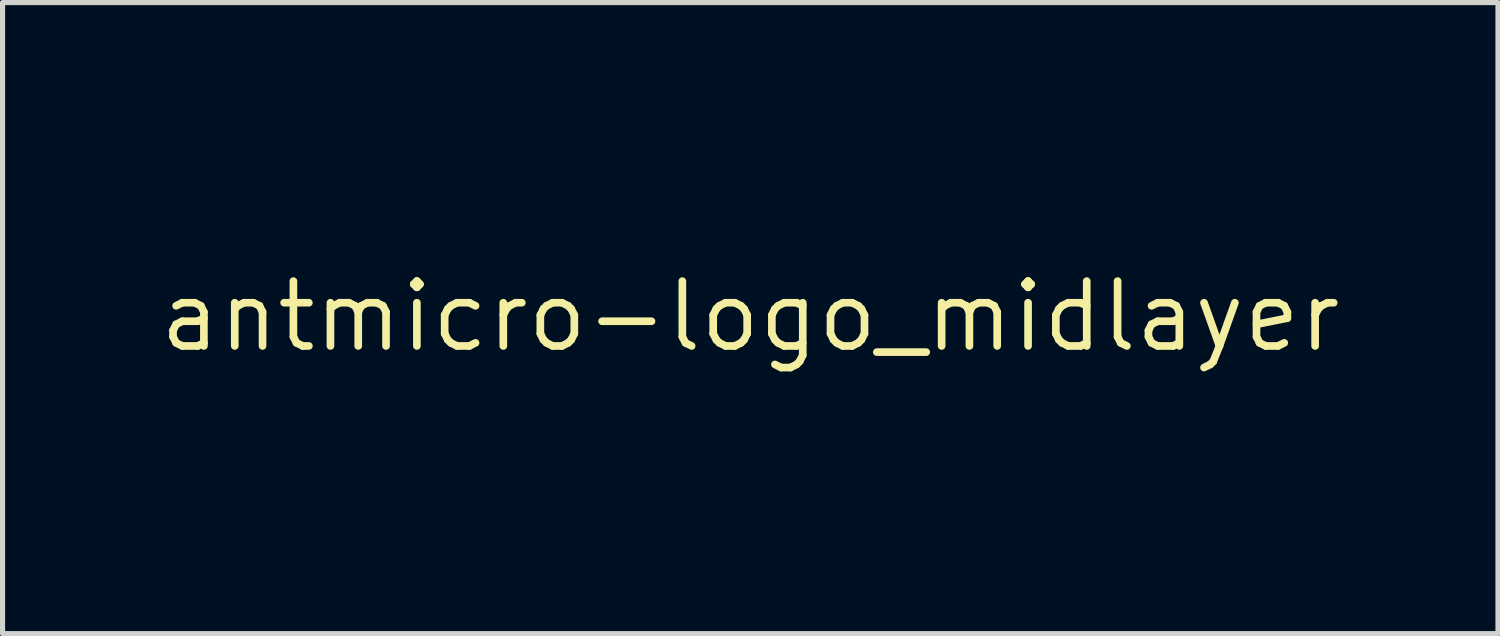
<source format=kicad_pcb>
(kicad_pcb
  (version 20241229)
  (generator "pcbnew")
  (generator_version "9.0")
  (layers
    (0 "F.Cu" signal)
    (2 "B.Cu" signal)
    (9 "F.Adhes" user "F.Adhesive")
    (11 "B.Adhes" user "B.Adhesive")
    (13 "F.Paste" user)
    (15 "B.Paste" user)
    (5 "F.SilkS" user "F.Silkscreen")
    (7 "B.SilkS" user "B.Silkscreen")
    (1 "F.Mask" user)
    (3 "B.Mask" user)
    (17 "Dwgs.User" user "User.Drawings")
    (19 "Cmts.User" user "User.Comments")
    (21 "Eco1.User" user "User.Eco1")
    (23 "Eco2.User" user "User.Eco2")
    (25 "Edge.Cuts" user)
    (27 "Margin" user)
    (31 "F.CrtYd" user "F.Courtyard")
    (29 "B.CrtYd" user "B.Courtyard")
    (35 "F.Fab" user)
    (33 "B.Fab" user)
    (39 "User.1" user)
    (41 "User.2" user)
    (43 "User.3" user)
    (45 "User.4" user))
  (footprint "antmicro-logo_midlayer"
    (layer "F.Cu")
    (at 11.649 3.148)
    (property "Reference" "antmicro-logo_midlayer" (at 0 0 0) (layer "F.SilkS") (effects (font (size 1.27 1.27) (thickness 0.15))))
    (attr through_hole)
    (fp_poly (pts (xy 0.018 -3.146) (xy 0.083 -3.131) (xy 0.084 -3.13) (xy 0.105 -3.12) (xy 0.15 -3.095) (xy 0.218 -3.057) (xy 0.306 -3.007) (xy 0.411 -2.947) (xy 0.532 -2.878) (xy 0.665 -2.802) (xy 0.809 -2.719) (xy 0.961 -2.632) (xy 1.119 -2.542) (xy 1.28 -2.449) (xy 1.441 -2.356) (xy 1.601 -2.264) (xy 1.757 -2.174) (xy 1.907 -2.088) (xy 2.047 -2.007) (xy 2.177 -1.932) (xy 2.293 -1.864) (xy 2.393 -1.806) (xy 2.474 -1.759) (xy 2.534 -1.723) (xy 2.572 -1.7) (xy 2.576 -1.698) (xy 2.643 -1.643) (xy 2.694 -1.577) (xy 2.737 -1.504) (xy 2.741 -0.003) (xy 2.742 0.284) (xy 2.742 0.543) (xy 2.742 0.774) (xy 2.741 0.976) (xy 2.74 1.148) (xy 2.739 1.291) (xy 2.737 1.404) (xy 2.734 1.487) (xy 2.732 1.539) (xy 2.729 1.557) (xy 2.723 1.581) (xy 2.716 1.603) (xy 2.707 1.623) (xy 2.695 1.644) (xy 2.677 1.666) (xy 2.652 1.69) (xy 2.618 1.718) (xy 2.575 1.75) (xy 2.519 1.787) (xy 2.45 1.831) (xy 2.366 1.883) (xy 2.265 1.944) (xy 2.145 2.014) (xy 2.006 2.096) (xy 1.844 2.189) (xy 1.66 2.296) (xy 1.451 2.417) (xy 1.357 2.471) (xy 0.091 3.203) (xy -0.027 3.209) (xy -0.145 3.215) (xy -0.61 2.948) (xy -0.894 2.784) (xy -1.152 2.635) (xy -1.386 2.501) (xy -1.596 2.38) (xy -1.784 2.271) (xy -1.952 2.174) (xy -2.099 2.089) (xy -2.228 2.013) (xy -2.34 1.947) (xy -2.436 1.889) (xy -2.517 1.839) (xy -2.585 1.796) (xy -2.641 1.759) (xy -2.686 1.728) (xy -2.722 1.701) (xy -2.749 1.678) (xy -2.77 1.658) (xy -2.784 1.64) (xy -2.794 1.624) (xy -2.801 1.608) (xy -2.806 1.592) (xy -2.81 1.575) (xy -2.815 1.557) (xy -2.818 1.53) (xy -2.82 1.471) (xy -2.822 1.381) (xy -2.824 1.262) (xy -2.826 1.112) (xy -2.827 0.932) (xy -2.827 0.724) (xy -2.827 0.486) (xy -2.827 0.22) (xy -2.826 0.031) (xy -1.854 0.031) (xy -1.854 0.236) (xy -1.853 0.411) (xy -1.853 0.56) (xy -1.852 0.685) (xy -1.85 0.788) (xy -1.848 0.871) (xy -1.844 0.937) (xy -1.839 0.989) (xy -1.833 1.028) (xy -1.825 1.058) (xy -1.815 1.08) (xy -1.804 1.097) (xy -1.79 1.111) (xy -1.774 1.126) (xy -1.773 1.127) (xy -1.752 1.141) (xy -1.706 1.169) (xy -1.64 1.209) (xy -1.555 1.26) (xy -1.454 1.319) (xy -1.341 1.385) (xy -1.219 1.456) (xy -1.09 1.53) (xy -0.957 1.607) (xy -0.824 1.683) (xy -0.694 1.758) (xy -0.569 1.83) (xy -0.452 1.896) (xy -0.346 1.956) (xy -0.255 2.007) (xy -0.181 2.048) (xy -0.127 2.077) (xy -0.096 2.093) (xy -0.091 2.095) (xy -0.052 2.105) (xy -0.025 2.106) (xy 0.008 2.096) (xy 0.027 2.088) (xy 0.053 2.075) (xy 0.103 2.048) (xy 0.174 2.008) (xy 0.262 1.958) (xy 0.365 1.9) (xy 0.48 1.834) (xy 0.603 1.764) (xy 0.733 1.689) (xy 0.865 1.613) (xy 0.997 1.536) (xy 1.125 1.462) (xy 1.248 1.39) (xy 1.361 1.324) (xy 1.463 1.264) (xy 1.549 1.213) (xy 1.617 1.172) (xy 1.664 1.143) (xy 1.687 1.128) (xy 1.688 1.127) (xy 1.704 1.113) (xy 1.718 1.098) (xy 1.729 1.081) (xy 1.739 1.06) (xy 1.747 1.031) (xy 1.753 0.992) (xy 1.758 0.942) (xy 1.762 0.877) (xy 1.765 0.795) (xy 1.767 0.694) (xy 1.768 0.571) (xy 1.768 0.424) (xy 1.768 0.251) (xy 1.768 0.048) (xy 1.768 0.031) (xy 1.768 -0.175) (xy 1.768 -0.351) (xy 1.768 -0.501) (xy 1.767 -0.626) (xy 1.765 -0.73) (xy 1.762 -0.814) (xy 1.758 -0.881) (xy 1.753 -0.933) (xy 1.746 -0.972) (xy 1.737 -1.002) (xy 1.726 -1.024) (xy 1.713 -1.041) (xy 1.697 -1.055) (xy 1.679 -1.069) (xy 1.672 -1.075) (xy 1.649 -1.09) (xy 1.601 -1.119) (xy 1.531 -1.16) (xy 1.441 -1.213) (xy 1.335 -1.275) (xy 1.215 -1.345) (xy 1.082 -1.422) (xy 0.941 -1.504) (xy 0.822 -1.573) (xy 0.652 -1.671) (xy 0.507 -1.754) (xy 0.384 -1.824) (xy 0.283 -1.881) (xy 0.2 -1.927) (xy 0.133 -1.963) (xy 0.08 -1.99) (xy 0.039 -2.009) (xy 0.008 -2.022) (xy -0.016 -2.029) (xy -0.034 -2.032) (xy -0.041 -2.032) (xy -0.057 -2.03) (xy -0.078 -2.025) (xy -0.106 -2.015) (xy -0.142 -1.999) (xy -0.189 -1.976) (xy -0.249 -1.944) (xy -0.324 -1.903) (xy -0.417 -1.851) (xy -0.528 -1.788) (xy -0.662 -1.711) (xy -0.819 -1.621) (xy -0.929 -1.558) (xy -1.077 -1.472) (xy -1.218 -1.391) (xy -1.348 -1.315) (xy -1.466 -1.246) (xy -1.569 -1.185) (xy -1.654 -1.135) (xy -1.72 -1.096) (xy -1.763 -1.07) (xy -1.781 -1.058) (xy -1.795 -1.045) (xy -1.808 -1.031) (xy -1.818 -1.014) (xy -1.827 -0.991) (xy -1.834 -0.961) (xy -1.84 -0.92) (xy -1.845 -0.867) (xy -1.848 -0.798) (xy -1.85 -0.712) (xy -1.852 -0.606) (xy -1.853 -0.478) (xy -1.853 -0.325) (xy -1.854 -0.145) (xy -1.854 0.031) (xy -2.826 0.031) (xy -2.826 -0.003) (xy -2.826 -0.258) (xy -2.825 -0.484) (xy -2.824 -0.682) (xy -2.824 -0.854) (xy -2.823 -1.003) (xy -2.821 -1.129) (xy -2.819 -1.236) (xy -2.817 -1.324) (xy -2.813 -1.397) (xy -2.809 -1.455) (xy -2.804 -1.501) (xy -2.798 -1.536) (xy -2.79 -1.563) (xy -2.781 -1.584) (xy -2.771 -1.6) (xy -2.759 -1.613) (xy -2.745 -1.626) (xy -2.729 -1.64) (xy -2.723 -1.646) (xy -2.703 -1.66) (xy -2.657 -1.688) (xy -2.589 -1.73) (xy -2.499 -1.784) (xy -2.389 -1.849) (xy -2.263 -1.924) (xy -2.121 -2.007) (xy -1.965 -2.098) (xy -1.799 -2.195) (xy -1.623 -2.298) (xy -1.439 -2.404) (xy -1.42 -2.415) (xy -1.206 -2.538) (xy -1.018 -2.647) (xy -0.854 -2.742) (xy -0.711 -2.823) (xy -0.589 -2.893) (xy -0.485 -2.952) (xy -0.398 -3.001) (xy -0.326 -3.041) (xy -0.266 -3.072) (xy -0.219 -3.097) (xy -0.18 -3.115) (xy -0.15 -3.128) (xy -0.126 -3.137) (xy -0.106 -3.142) (xy -0.088 -3.145) (xy -0.071 -3.147) (xy -0.067 -3.147) (xy 0.018 -3.146)) (stroke (width 0.002) (type solid)) (fill yes) (layer "In1.Cu"))
    (fp_poly (pts (xy 0.042 -1.26) (xy 0.056 -1.254) (xy 0.129 -1.207) (xy 0.181 -1.141) (xy 0.211 -1.061) (xy 0.214 -0.975) (xy 0.21 -0.954) (xy 0.179 -0.874) (xy 0.124 -0.813) (xy 0.07 -0.78) (xy 0.005 -0.749) (xy 0.005 -0.378) (xy 0.28 -0.378) (xy 0.393 -0.491) (xy 0.506 -0.603) (xy 0.498 -0.684) (xy 0.497 -0.686) (xy 0.604 -0.686) (xy 0.622 -0.649) (xy 0.659 -0.632) (xy 0.703 -0.636) (xy 0.736 -0.655) (xy 0.758 -0.692) (xy 0.75 -0.73) (xy 0.729 -0.756) (xy 0.699 -0.782) (xy 0.674 -0.784) (xy 0.641 -0.765) (xy 0.638 -0.763) (xy 0.61 -0.728) (xy 0.604 -0.686) (xy 0.497 -0.686) (xy 0.495 -0.736) (xy 0.501 -0.771) (xy 0.522 -0.804) (xy 0.531 -0.815) (xy 0.589 -0.864) (xy 0.652 -0.886) (xy 0.715 -0.885) (xy 0.773 -0.863) (xy 0.822 -0.824) (xy 0.854 -0.77) (xy 0.866 -0.704) (xy 0.855 -0.639) (xy 0.82 -0.577) (xy 0.763 -0.537) (xy 0.687 -0.52) (xy 0.674 -0.52) (xy 0.641 -0.519) (xy 0.614 -0.513) (xy 0.586 -0.499) (xy 0.551 -0.472) (xy 0.504 -0.43) (xy 0.465 -0.394) (xy 0.331 -0.268) (xy 0.005 -0.268) (xy 0.005 -0.016) (xy 0.602 -0.016) (xy 0.626 -0.061) (xy 0.668 -0.113) (xy 0.727 -0.143) (xy 0.794 -0.153) (xy 0.859 -0.139) (xy 0.916 -0.102) (xy 0.921 -0.096) (xy 0.962 -0.032) (xy 0.975 0.033) (xy 0.966 0.094) (xy 0.936 0.148) (xy 0.891 0.19) (xy 0.834 0.215) (xy 0.768 0.218) (xy 0.698 0.196) (xy 0.684 0.188) (xy 0.648 0.159) (xy 0.625 0.13) (xy 0.623 0.125) (xy 0.619 0.114) (xy 0.609 0.106) (xy 0.59 0.101) (xy 0.557 0.097) (xy 0.507 0.095) (xy 0.434 0.094) (xy 0.335 0.094) (xy 0.31 0.094) (xy 0.005 0.094) (xy 0.005 0.33) (xy 0.328 0.33) (xy 0.59 0.593) (xy 0.663 0.587) (xy 0.742 0.592) (xy 0.804 0.623) (xy 0.845 0.678) (xy 0.856 0.706) (xy 0.867 0.781) (xy 0.849 0.846) (xy 0.809 0.898) (xy 0.748 0.941) (xy 0.684 0.956) (xy 0.621 0.947) (xy 0.565 0.917) (xy 0.523 0.868) (xy 0.499 0.803) (xy 0.498 0.756) (xy 0.606 0.756) (xy 0.611 0.795) (xy 0.626 0.818) (xy 0.662 0.846) (xy 0.697 0.843) (xy 0.729 0.818) (xy 0.756 0.78) (xy 0.754 0.746) (xy 0.73 0.717) (xy 0.691 0.697) (xy 0.652 0.701) (xy 0.622 0.722) (xy 0.606 0.756) (xy 0.498 0.756) (xy 0.498 0.74) (xy 0.507 0.666) (xy 0.28 0.44) (xy 0.005 0.44) (xy 0.005 0.814) (xy 0.07 0.843) (xy 0.138 0.889) (xy 0.185 0.952) (xy 0.21 1.026) (xy 0.215 1.104) (xy 0.197 1.179) (xy 0.158 1.247) (xy 0.096 1.299) (xy 0.082 1.307) (xy -0.00002 1.333) (xy -0.088 1.333) (xy -0.169 1.307) (xy -0.171 1.306) (xy -0.236 1.256) (xy -0.278 1.19) (xy -0.298 1.115) (xy -0.298 1.078) (xy -0.191 1.078) (xy -0.184 1.125) (xy -0.16 1.163) (xy -0.14 1.183) (xy -0.082 1.22) (xy -0.024 1.225) (xy 0.033 1.2) (xy 0.055 1.183) (xy 0.09 1.144) (xy 0.104 1.103) (xy 0.105 1.078) (xy 0.091 1.021) (xy 0.054 0.971) (xy 0.003 0.938) (xy -0.043 0.929) (xy -0.099 0.943) (xy -0.148 0.98) (xy -0.181 1.032) (xy -0.191 1.078) (xy -0.298 1.078) (xy -0.297 1.037) (xy -0.275 0.962) (xy -0.231 0.897) (xy -0.166 0.848) (xy -0.155 0.843) (xy -0.09 0.814) (xy -0.09 0.44) (xy -0.365 0.44) (xy -0.592 0.666) (xy -0.583 0.74) (xy -0.587 0.816) (xy -0.614 0.878) (xy -0.659 0.924) (xy -0.717 0.951) (xy -0.78 0.955) (xy -0.845 0.935) (xy -0.895 0.898) (xy -0.938 0.838) (xy -0.952 0.771) (xy -0.949 0.752) (xy -0.842 0.752) (xy -0.839 0.787) (xy -0.814 0.818) (xy -0.776 0.846) (xy -0.742 0.843) (xy -0.712 0.819) (xy -0.693 0.779) (xy -0.698 0.737) (xy -0.725 0.707) (xy -0.744 0.699) (xy -0.791 0.701) (xy -0.815 0.717) (xy -0.842 0.752) (xy -0.949 0.752) (xy -0.941 0.706) (xy -0.908 0.642) (xy -0.854 0.602) (xy -0.782 0.586) (xy -0.748 0.587) (xy -0.675 0.593) (xy -0.413 0.33) (xy -0.09 0.33) (xy -0.09 0.094) (xy -0.396 0.094) (xy -0.501 0.094) (xy -0.579 0.095) (xy -0.634 0.097) (xy -0.671 0.1) (xy -0.693 0.105) (xy -0.705 0.112) (xy -0.711 0.122) (xy -0.712 0.127) (xy -0.738 0.163) (xy -0.783 0.195) (xy -0.838 0.215) (xy -0.874 0.22) (xy -0.947 0.207) (xy -1.004 0.171) (xy -1.042 0.119) (xy -1.06 0.056) (xy -1.058 0.035) (xy -0.954 0.035) (xy -0.949 0.057) (xy -0.933 0.077) (xy -0.892 0.106) (xy -0.85 0.104) (xy -0.823 0.085) (xy -0.801 0.044) (xy -0.805 0.018) (xy 0.716 0.018) (xy 0.722 0.062) (xy 0.738 0.085) (xy 0.778 0.108) (xy 0.821 0.1) (xy 0.848 0.077) (xy 0.867 0.051) (xy 0.866 0.027) (xy 0.854 0.002) (xy 0.821 -0.034) (xy 0.781 -0.044) (xy 0.742 -0.027) (xy 0.739 -0.024) (xy 0.716 0.018) (xy -0.805 0.018) (xy -0.808 0.002) (xy -0.829 -0.023) (xy -0.869 -0.044) (xy -0.908 -0.034) (xy -0.939 0.003) (xy -0.954 0.035) (xy -1.058 0.035) (xy -1.054 -0.011) (xy -1.022 -0.077) (xy -1.006 -0.096) (xy -0.95 -0.137) (xy -0.884 -0.153) (xy -0.817 -0.145) (xy -0.757 -0.113) (xy -0.714 -0.063) (xy -0.686 -0.016) (xy -0.09 -0.016) (xy -0.09 -0.268) (xy -0.416 -0.268) (xy -0.551 -0.394) (xy -0.609 -0.448) (xy -0.65 -0.484) (xy -0.681 -0.505) (xy -0.708 -0.516) (xy -0.737 -0.52) (xy -0.763 -0.52) (xy -0.841 -0.531) (xy -0.897 -0.566) (xy -0.935 -0.625) (xy -0.942 -0.646) (xy -0.949 -0.702) (xy -0.846 -0.702) (xy -0.832 -0.666) (xy -0.799 -0.641) (xy -0.757 -0.631) (xy -0.718 -0.641) (xy -0.707 -0.649) (xy -0.689 -0.686) (xy -0.696 -0.729) (xy -0.723 -0.763) (xy -0.753 -0.782) (xy -0.77 -0.788) (xy -0.793 -0.776) (xy -0.82 -0.749) (xy -0.841 -0.718) (xy -0.846 -0.702) (xy -0.949 -0.702) (xy -0.951 -0.719) (xy -0.934 -0.783) (xy -0.898 -0.835) (xy -0.847 -0.87) (xy -0.787 -0.888) (xy -0.723 -0.884) (xy -0.661 -0.856) (xy -0.617 -0.815) (xy -0.591 -0.781) (xy -0.581 -0.748) (xy -0.581 -0.702) (xy -0.583 -0.684) (xy -0.591 -0.603) (xy -0.478 -0.491) (xy -0.365 -0.378) (xy -0.09 -0.378) (xy -0.09 -0.75) (xy -0.152 -0.778) (xy -0.226 -0.825) (xy -0.275 -0.893) (xy -0.295 -0.945) (xy -0.302 -1.019) (xy -0.194 -1.019) (xy -0.188 -0.983) (xy -0.177 -0.957) (xy -0.137 -0.902) (xy -0.083 -0.873) (xy -0.023 -0.87) (xy 0.036 -0.895) (xy 0.043 -0.9) (xy 0.09 -0.95) (xy 0.105 -1.005) (xy 0.093 -1.062) (xy 0.055 -1.121) (xy 0.004 -1.155) (xy -0.052 -1.163) (xy -0.107 -1.147) (xy -0.156 -1.106) (xy -0.184 -1.057) (xy -0.194 -1.019) (xy -0.302 -1.019) (xy -0.303 -1.03) (xy -0.285 -1.108) (xy -0.245 -1.176) (xy -0.188 -1.229) (xy -0.118 -1.263) (xy -0.04 -1.275) (xy 0.042 -1.26)) (stroke (width 0.002) (type solid)) (fill yes) (layer "In1.Cu")))
  (gr_rect
    (start -3 -3)
    (end 26.298 9.364)
    (stroke (width 0.1) (type default))
    (fill no)
    (layer "Edge.Cuts")))
</source>
